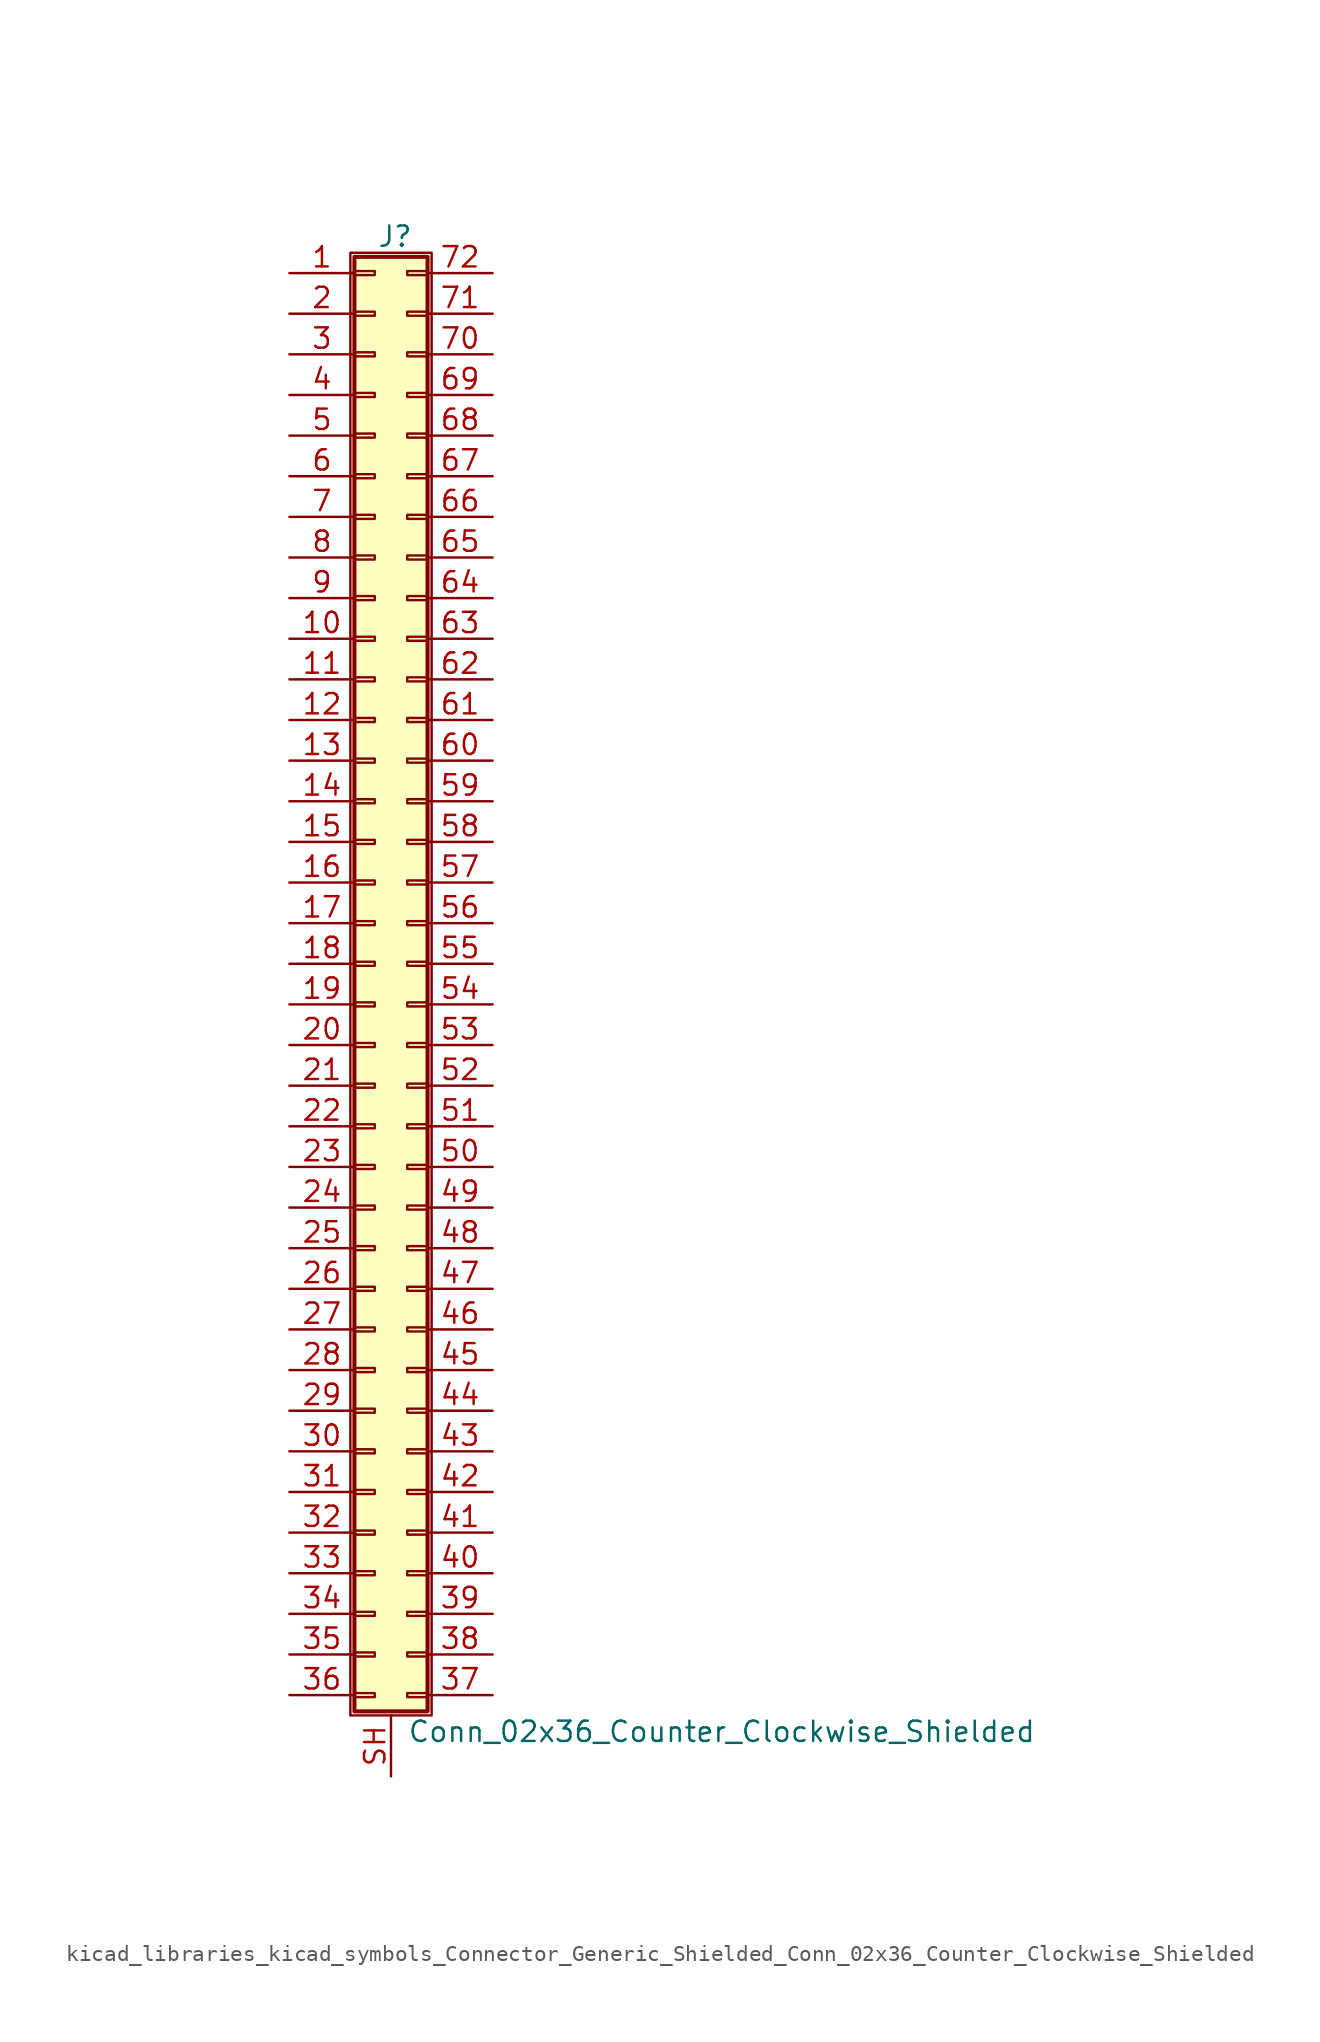
<source format=kicad_sym>
(kicad_symbol_lib
  (version 20220914)
  (generator kicad_symbol_editor)
  (symbol "kicad_libraries_kicad_symbols_Connector_Generic_Shielded_Conn_02x36_Counter_Clockwise_Shielded"
    (pin_names
      (offset 1.016) hide)
    (property "Reference" "J"
      (at 1.524 45.466 0)
      (effects (font (size 1.27 1.27))))
    (property "Value" "Conn_02x36_Counter_Clockwise_Shielded"
      (at 2.286 -48.006 0)
      (effects (font (size 1.27 1.27)) (justify left)))
    (symbol "kicad_libraries_kicad_symbols_Connector_Generic_Shielded_Conn_02x36_Counter_Clockwise_Shielded_1_1"
      (rectangle (start -1.27 44.45) (end 3.81 -46.99) (stroke (width 0.152) (type default)) (fill (type none)))
      (rectangle (start -1.016 -45.593) (end 0.254 -45.847) (stroke (width 0.152) (type default)) (fill (type none)))
      (rectangle (start -1.016 -43.053) (end 0.254 -43.307) (stroke (width 0.152) (type default)) (fill (type none)))
      (rectangle (start -1.016 -40.513) (end 0.254 -40.767) (stroke (width 0.152) (type default)) (fill (type none)))
      (rectangle (start -1.016 -37.973) (end 0.254 -38.227) (stroke (width 0.152) (type default)) (fill (type none)))
      (rectangle (start -1.016 -35.433) (end 0.254 -35.687) (stroke (width 0.152) (type default)) (fill (type none)))
      (rectangle (start -1.016 -32.893) (end 0.254 -33.147) (stroke (width 0.152) (type default)) (fill (type none)))
      (rectangle (start -1.016 -30.353) (end 0.254 -30.607) (stroke (width 0.152) (type default)) (fill (type none)))
      (rectangle (start -1.016 -27.813) (end 0.254 -28.067) (stroke (width 0.152) (type default)) (fill (type none)))
      (rectangle (start -1.016 -25.273) (end 0.254 -25.527) (stroke (width 0.152) (type default)) (fill (type none)))
      (rectangle (start -1.016 -22.733) (end 0.254 -22.987) (stroke (width 0.152) (type default)) (fill (type none)))
      (rectangle (start -1.016 -20.193) (end 0.254 -20.447) (stroke (width 0.152) (type default)) (fill (type none)))
      (rectangle (start -1.016 -17.653) (end 0.254 -17.907) (stroke (width 0.152) (type default)) (fill (type none)))
      (rectangle (start -1.016 -15.113) (end 0.254 -15.367) (stroke (width 0.152) (type default)) (fill (type none)))
      (rectangle (start -1.016 -12.573) (end 0.254 -12.827) (stroke (width 0.152) (type default)) (fill (type none)))
      (rectangle (start -1.016 -10.033) (end 0.254 -10.287) (stroke (width 0.152) (type default)) (fill (type none)))
      (rectangle (start -1.016 -7.493) (end 0.254 -7.747) (stroke (width 0.152) (type default)) (fill (type none)))
      (rectangle (start -1.016 -4.953) (end 0.254 -5.207) (stroke (width 0.152) (type default)) (fill (type none)))
      (rectangle (start -1.016 -2.413) (end 0.254 -2.667) (stroke (width 0.152) (type default)) (fill (type none)))
      (rectangle (start -1.016 0.127) (end 0.254 -0.127) (stroke (width 0.152) (type default)) (fill (type none)))
      (rectangle (start -1.016 2.667) (end 0.254 2.413) (stroke (width 0.152) (type default)) (fill (type none)))
      (rectangle (start -1.016 5.207) (end 0.254 4.953) (stroke (width 0.152) (type default)) (fill (type none)))
      (rectangle (start -1.016 7.747) (end 0.254 7.493) (stroke (width 0.152) (type default)) (fill (type none)))
      (rectangle (start -1.016 10.287) (end 0.254 10.033) (stroke (width 0.152) (type default)) (fill (type none)))
      (rectangle (start -1.016 12.827) (end 0.254 12.573) (stroke (width 0.152) (type default)) (fill (type none)))
      (rectangle (start -1.016 15.367) (end 0.254 15.113) (stroke (width 0.152) (type default)) (fill (type none)))
      (rectangle (start -1.016 17.907) (end 0.254 17.653) (stroke (width 0.152) (type default)) (fill (type none)))
      (rectangle (start -1.016 20.447) (end 0.254 20.193) (stroke (width 0.152) (type default)) (fill (type none)))
      (rectangle (start -1.016 22.987) (end 0.254 22.733) (stroke (width 0.152) (type default)) (fill (type none)))
      (rectangle (start -1.016 25.527) (end 0.254 25.273) (stroke (width 0.152) (type default)) (fill (type none)))
      (rectangle (start -1.016 28.067) (end 0.254 27.813) (stroke (width 0.152) (type default)) (fill (type none)))
      (rectangle (start -1.016 30.607) (end 0.254 30.353) (stroke (width 0.152) (type default)) (fill (type none)))
      (rectangle (start -1.016 33.147) (end 0.254 32.893) (stroke (width 0.152) (type default)) (fill (type none)))
      (rectangle (start -1.016 35.687) (end 0.254 35.433) (stroke (width 0.152) (type default)) (fill (type none)))
      (rectangle (start -1.016 38.227) (end 0.254 37.973) (stroke (width 0.152) (type default)) (fill (type none)))
      (rectangle (start -1.016 40.767) (end 0.254 40.513) (stroke (width 0.152) (type default)) (fill (type none)))
      (rectangle (start -1.016 43.307) (end 0.254 43.053) (stroke (width 0.152) (type default)) (fill (type none)))
      (rectangle (start -1.016 44.196) (end 3.556 -46.736) (stroke (width 0.254) (type default)) (fill (type background)))
      (rectangle (start 3.556 -45.593) (end 2.286 -45.847) (stroke (width 0.152) (type default)) (fill (type none)))
      (rectangle (start 3.556 -43.053) (end 2.286 -43.307) (stroke (width 0.152) (type default)) (fill (type none)))
      (rectangle (start 3.556 -40.513) (end 2.286 -40.767) (stroke (width 0.152) (type default)) (fill (type none)))
      (rectangle (start 3.556 -37.973) (end 2.286 -38.227) (stroke (width 0.152) (type default)) (fill (type none)))
      (rectangle (start 3.556 -35.433) (end 2.286 -35.687) (stroke (width 0.152) (type default)) (fill (type none)))
      (rectangle (start 3.556 -32.893) (end 2.286 -33.147) (stroke (width 0.152) (type default)) (fill (type none)))
      (rectangle (start 3.556 -30.353) (end 2.286 -30.607) (stroke (width 0.152) (type default)) (fill (type none)))
      (rectangle (start 3.556 -27.813) (end 2.286 -28.067) (stroke (width 0.152) (type default)) (fill (type none)))
      (rectangle (start 3.556 -25.273) (end 2.286 -25.527) (stroke (width 0.152) (type default)) (fill (type none)))
      (rectangle (start 3.556 -22.733) (end 2.286 -22.987) (stroke (width 0.152) (type default)) (fill (type none)))
      (rectangle (start 3.556 -20.193) (end 2.286 -20.447) (stroke (width 0.152) (type default)) (fill (type none)))
      (rectangle (start 3.556 -17.653) (end 2.286 -17.907) (stroke (width 0.152) (type default)) (fill (type none)))
      (rectangle (start 3.556 -15.113) (end 2.286 -15.367) (stroke (width 0.152) (type default)) (fill (type none)))
      (rectangle (start 3.556 -12.573) (end 2.286 -12.827) (stroke (width 0.152) (type default)) (fill (type none)))
      (rectangle (start 3.556 -10.033) (end 2.286 -10.287) (stroke (width 0.152) (type default)) (fill (type none)))
      (rectangle (start 3.556 -7.493) (end 2.286 -7.747) (stroke (width 0.152) (type default)) (fill (type none)))
      (rectangle (start 3.556 -4.953) (end 2.286 -5.207) (stroke (width 0.152) (type default)) (fill (type none)))
      (rectangle (start 3.556 -2.413) (end 2.286 -2.667) (stroke (width 0.152) (type default)) (fill (type none)))
      (rectangle (start 3.556 0.127) (end 2.286 -0.127) (stroke (width 0.152) (type default)) (fill (type none)))
      (rectangle (start 3.556 2.667) (end 2.286 2.413) (stroke (width 0.152) (type default)) (fill (type none)))
      (rectangle (start 3.556 5.207) (end 2.286 4.953) (stroke (width 0.152) (type default)) (fill (type none)))
      (rectangle (start 3.556 7.747) (end 2.286 7.493) (stroke (width 0.152) (type default)) (fill (type none)))
      (rectangle (start 3.556 10.287) (end 2.286 10.033) (stroke (width 0.152) (type default)) (fill (type none)))
      (rectangle (start 3.556 12.827) (end 2.286 12.573) (stroke (width 0.152) (type default)) (fill (type none)))
      (rectangle (start 3.556 15.367) (end 2.286 15.113) (stroke (width 0.152) (type default)) (fill (type none)))
      (rectangle (start 3.556 17.907) (end 2.286 17.653) (stroke (width 0.152) (type default)) (fill (type none)))
      (rectangle (start 3.556 20.447) (end 2.286 20.193) (stroke (width 0.152) (type default)) (fill (type none)))
      (rectangle (start 3.556 22.987) (end 2.286 22.733) (stroke (width 0.152) (type default)) (fill (type none)))
      (rectangle (start 3.556 25.527) (end 2.286 25.273) (stroke (width 0.152) (type default)) (fill (type none)))
      (rectangle (start 3.556 28.067) (end 2.286 27.813) (stroke (width 0.152) (type default)) (fill (type none)))
      (rectangle (start 3.556 30.607) (end 2.286 30.353) (stroke (width 0.152) (type default)) (fill (type none)))
      (rectangle (start 3.556 33.147) (end 2.286 32.893) (stroke (width 0.152) (type default)) (fill (type none)))
      (rectangle (start 3.556 35.687) (end 2.286 35.433) (stroke (width 0.152) (type default)) (fill (type none)))
      (rectangle (start 3.556 38.227) (end 2.286 37.973) (stroke (width 0.152) (type default)) (fill (type none)))
      (rectangle (start 3.556 40.767) (end 2.286 40.513) (stroke (width 0.152) (type default)) (fill (type none)))
      (rectangle (start 3.556 43.307) (end 2.286 43.053) (stroke (width 0.152) (type default)) (fill (type none)))
      (pin passive line (at -5.08 43.18 0) (length 4.064) (name "Pin_1" (effects (font (size 1.27 1.27)))) (number "1" (effects (font (size 1.27 1.27)))))
      (pin passive line (at -5.08 20.32 0) (length 4.064) (name "Pin_10" (effects (font (size 1.27 1.27)))) (number "10" (effects (font (size 1.27 1.27)))))
      (pin passive line (at -5.08 17.78 0) (length 4.064) (name "Pin_11" (effects (font (size 1.27 1.27)))) (number "11" (effects (font (size 1.27 1.27)))))
      (pin passive line (at -5.08 15.24 0) (length 4.064) (name "Pin_12" (effects (font (size 1.27 1.27)))) (number "12" (effects (font (size 1.27 1.27)))))
      (pin passive line (at -5.08 12.7 0) (length 4.064) (name "Pin_13" (effects (font (size 1.27 1.27)))) (number "13" (effects (font (size 1.27 1.27)))))
      (pin passive line (at -5.08 10.16 0) (length 4.064) (name "Pin_14" (effects (font (size 1.27 1.27)))) (number "14" (effects (font (size 1.27 1.27)))))
      (pin passive line (at -5.08 7.62 0) (length 4.064) (name "Pin_15" (effects (font (size 1.27 1.27)))) (number "15" (effects (font (size 1.27 1.27)))))
      (pin passive line (at -5.08 5.08 0) (length 4.064) (name "Pin_16" (effects (font (size 1.27 1.27)))) (number "16" (effects (font (size 1.27 1.27)))))
      (pin passive line (at -5.08 2.54 0) (length 4.064) (name "Pin_17" (effects (font (size 1.27 1.27)))) (number "17" (effects (font (size 1.27 1.27)))))
      (pin passive line (at -5.08 0 0) (length 4.064) (name "Pin_18" (effects (font (size 1.27 1.27)))) (number "18" (effects (font (size 1.27 1.27)))))
      (pin passive line (at -5.08 -2.54 0) (length 4.064) (name "Pin_19" (effects (font (size 1.27 1.27)))) (number "19" (effects (font (size 1.27 1.27)))))
      (pin passive line (at -5.08 40.64 0) (length 4.064) (name "Pin_2" (effects (font (size 1.27 1.27)))) (number "2" (effects (font (size 1.27 1.27)))))
      (pin passive line (at -5.08 -5.08 0) (length 4.064) (name "Pin_20" (effects (font (size 1.27 1.27)))) (number "20" (effects (font (size 1.27 1.27)))))
      (pin passive line (at -5.08 -7.62 0) (length 4.064) (name "Pin_21" (effects (font (size 1.27 1.27)))) (number "21" (effects (font (size 1.27 1.27)))))
      (pin passive line (at -5.08 -10.16 0) (length 4.064) (name "Pin_22" (effects (font (size 1.27 1.27)))) (number "22" (effects (font (size 1.27 1.27)))))
      (pin passive line (at -5.08 -12.7 0) (length 4.064) (name "Pin_23" (effects (font (size 1.27 1.27)))) (number "23" (effects (font (size 1.27 1.27)))))
      (pin passive line (at -5.08 -15.24 0) (length 4.064) (name "Pin_24" (effects (font (size 1.27 1.27)))) (number "24" (effects (font (size 1.27 1.27)))))
      (pin passive line (at -5.08 -17.78 0) (length 4.064) (name "Pin_25" (effects (font (size 1.27 1.27)))) (number "25" (effects (font (size 1.27 1.27)))))
      (pin passive line (at -5.08 -20.32 0) (length 4.064) (name "Pin_26" (effects (font (size 1.27 1.27)))) (number "26" (effects (font (size 1.27 1.27)))))
      (pin passive line (at -5.08 -22.86 0) (length 4.064) (name "Pin_27" (effects (font (size 1.27 1.27)))) (number "27" (effects (font (size 1.27 1.27)))))
      (pin passive line (at -5.08 -25.4 0) (length 4.064) (name "Pin_28" (effects (font (size 1.27 1.27)))) (number "28" (effects (font (size 1.27 1.27)))))
      (pin passive line (at -5.08 -27.94 0) (length 4.064) (name "Pin_29" (effects (font (size 1.27 1.27)))) (number "29" (effects (font (size 1.27 1.27)))))
      (pin passive line (at -5.08 38.1 0) (length 4.064) (name "Pin_3" (effects (font (size 1.27 1.27)))) (number "3" (effects (font (size 1.27 1.27)))))
      (pin passive line (at -5.08 -30.48 0) (length 4.064) (name "Pin_30" (effects (font (size 1.27 1.27)))) (number "30" (effects (font (size 1.27 1.27)))))
      (pin passive line (at -5.08 -33.02 0) (length 4.064) (name "Pin_31" (effects (font (size 1.27 1.27)))) (number "31" (effects (font (size 1.27 1.27)))))
      (pin passive line (at -5.08 -35.56 0) (length 4.064) (name "Pin_32" (effects (font (size 1.27 1.27)))) (number "32" (effects (font (size 1.27 1.27)))))
      (pin passive line (at -5.08 -38.1 0) (length 4.064) (name "Pin_33" (effects (font (size 1.27 1.27)))) (number "33" (effects (font (size 1.27 1.27)))))
      (pin passive line (at -5.08 -40.64 0) (length 4.064) (name "Pin_34" (effects (font (size 1.27 1.27)))) (number "34" (effects (font (size 1.27 1.27)))))
      (pin passive line (at -5.08 -43.18 0) (length 4.064) (name "Pin_35" (effects (font (size 1.27 1.27)))) (number "35" (effects (font (size 1.27 1.27)))))
      (pin passive line (at -5.08 -45.72 0) (length 4.064) (name "Pin_36" (effects (font (size 1.27 1.27)))) (number "36" (effects (font (size 1.27 1.27)))))
      (pin passive line (at 7.62 -45.72 180) (length 4.064) (name "Pin_37" (effects (font (size 1.27 1.27)))) (number "37" (effects (font (size 1.27 1.27)))))
      (pin passive line (at 7.62 -43.18 180) (length 4.064) (name "Pin_38" (effects (font (size 1.27 1.27)))) (number "38" (effects (font (size 1.27 1.27)))))
      (pin passive line (at 7.62 -40.64 180) (length 4.064) (name "Pin_39" (effects (font (size 1.27 1.27)))) (number "39" (effects (font (size 1.27 1.27)))))
      (pin passive line (at -5.08 35.56 0) (length 4.064) (name "Pin_4" (effects (font (size 1.27 1.27)))) (number "4" (effects (font (size 1.27 1.27)))))
      (pin passive line (at 7.62 -38.1 180) (length 4.064) (name "Pin_40" (effects (font (size 1.27 1.27)))) (number "40" (effects (font (size 1.27 1.27)))))
      (pin passive line (at 7.62 -35.56 180) (length 4.064) (name "Pin_41" (effects (font (size 1.27 1.27)))) (number "41" (effects (font (size 1.27 1.27)))))
      (pin passive line (at 7.62 -33.02 180) (length 4.064) (name "Pin_42" (effects (font (size 1.27 1.27)))) (number "42" (effects (font (size 1.27 1.27)))))
      (pin passive line (at 7.62 -30.48 180) (length 4.064) (name "Pin_43" (effects (font (size 1.27 1.27)))) (number "43" (effects (font (size 1.27 1.27)))))
      (pin passive line (at 7.62 -27.94 180) (length 4.064) (name "Pin_44" (effects (font (size 1.27 1.27)))) (number "44" (effects (font (size 1.27 1.27)))))
      (pin passive line (at 7.62 -25.4 180) (length 4.064) (name "Pin_45" (effects (font (size 1.27 1.27)))) (number "45" (effects (font (size 1.27 1.27)))))
      (pin passive line (at 7.62 -22.86 180) (length 4.064) (name "Pin_46" (effects (font (size 1.27 1.27)))) (number "46" (effects (font (size 1.27 1.27)))))
      (pin passive line (at 7.62 -20.32 180) (length 4.064) (name "Pin_47" (effects (font (size 1.27 1.27)))) (number "47" (effects (font (size 1.27 1.27)))))
      (pin passive line (at 7.62 -17.78 180) (length 4.064) (name "Pin_48" (effects (font (size 1.27 1.27)))) (number "48" (effects (font (size 1.27 1.27)))))
      (pin passive line (at 7.62 -15.24 180) (length 4.064) (name "Pin_49" (effects (font (size 1.27 1.27)))) (number "49" (effects (font (size 1.27 1.27)))))
      (pin passive line (at -5.08 33.02 0) (length 4.064) (name "Pin_5" (effects (font (size 1.27 1.27)))) (number "5" (effects (font (size 1.27 1.27)))))
      (pin passive line (at 7.62 -12.7 180) (length 4.064) (name "Pin_50" (effects (font (size 1.27 1.27)))) (number "50" (effects (font (size 1.27 1.27)))))
      (pin passive line (at 7.62 -10.16 180) (length 4.064) (name "Pin_51" (effects (font (size 1.27 1.27)))) (number "51" (effects (font (size 1.27 1.27)))))
      (pin passive line (at 7.62 -7.62 180) (length 4.064) (name "Pin_52" (effects (font (size 1.27 1.27)))) (number "52" (effects (font (size 1.27 1.27)))))
      (pin passive line (at 7.62 -5.08 180) (length 4.064) (name "Pin_53" (effects (font (size 1.27 1.27)))) (number "53" (effects (font (size 1.27 1.27)))))
      (pin passive line (at 7.62 -2.54 180) (length 4.064) (name "Pin_54" (effects (font (size 1.27 1.27)))) (number "54" (effects (font (size 1.27 1.27)))))
      (pin passive line (at 7.62 0 180) (length 4.064) (name "Pin_55" (effects (font (size 1.27 1.27)))) (number "55" (effects (font (size 1.27 1.27)))))
      (pin passive line (at 7.62 2.54 180) (length 4.064) (name "Pin_56" (effects (font (size 1.27 1.27)))) (number "56" (effects (font (size 1.27 1.27)))))
      (pin passive line (at 7.62 5.08 180) (length 4.064) (name "Pin_57" (effects (font (size 1.27 1.27)))) (number "57" (effects (font (size 1.27 1.27)))))
      (pin passive line (at 7.62 7.62 180) (length 4.064) (name "Pin_58" (effects (font (size 1.27 1.27)))) (number "58" (effects (font (size 1.27 1.27)))))
      (pin passive line (at 7.62 10.16 180) (length 4.064) (name "Pin_59" (effects (font (size 1.27 1.27)))) (number "59" (effects (font (size 1.27 1.27)))))
      (pin passive line (at -5.08 30.48 0) (length 4.064) (name "Pin_6" (effects (font (size 1.27 1.27)))) (number "6" (effects (font (size 1.27 1.27)))))
      (pin passive line (at 7.62 12.7 180) (length 4.064) (name "Pin_60" (effects (font (size 1.27 1.27)))) (number "60" (effects (font (size 1.27 1.27)))))
      (pin passive line (at 7.62 15.24 180) (length 4.064) (name "Pin_61" (effects (font (size 1.27 1.27)))) (number "61" (effects (font (size 1.27 1.27)))))
      (pin passive line (at 7.62 17.78 180) (length 4.064) (name "Pin_62" (effects (font (size 1.27 1.27)))) (number "62" (effects (font (size 1.27 1.27)))))
      (pin passive line (at 7.62 20.32 180) (length 4.064) (name "Pin_63" (effects (font (size 1.27 1.27)))) (number "63" (effects (font (size 1.27 1.27)))))
      (pin passive line (at 7.62 22.86 180) (length 4.064) (name "Pin_64" (effects (font (size 1.27 1.27)))) (number "64" (effects (font (size 1.27 1.27)))))
      (pin passive line (at 7.62 25.4 180) (length 4.064) (name "Pin_65" (effects (font (size 1.27 1.27)))) (number "65" (effects (font (size 1.27 1.27)))))
      (pin passive line (at 7.62 27.94 180) (length 4.064) (name "Pin_66" (effects (font (size 1.27 1.27)))) (number "66" (effects (font (size 1.27 1.27)))))
      (pin passive line (at 7.62 30.48 180) (length 4.064) (name "Pin_67" (effects (font (size 1.27 1.27)))) (number "67" (effects (font (size 1.27 1.27)))))
      (pin passive line (at 7.62 33.02 180) (length 4.064) (name "Pin_68" (effects (font (size 1.27 1.27)))) (number "68" (effects (font (size 1.27 1.27)))))
      (pin passive line (at 7.62 35.56 180) (length 4.064) (name "Pin_69" (effects (font (size 1.27 1.27)))) (number "69" (effects (font (size 1.27 1.27)))))
      (pin passive line (at -5.08 27.94 0) (length 4.064) (name "Pin_7" (effects (font (size 1.27 1.27)))) (number "7" (effects (font (size 1.27 1.27)))))
      (pin passive line (at 7.62 38.1 180) (length 4.064) (name "Pin_70" (effects (font (size 1.27 1.27)))) (number "70" (effects (font (size 1.27 1.27)))))
      (pin passive line (at 7.62 40.64 180) (length 4.064) (name "Pin_71" (effects (font (size 1.27 1.27)))) (number "71" (effects (font (size 1.27 1.27)))))
      (pin passive line (at 7.62 43.18 180) (length 4.064) (name "Pin_72" (effects (font (size 1.27 1.27)))) (number "72" (effects (font (size 1.27 1.27)))))
      (pin passive line (at -5.08 25.4 0) (length 4.064) (name "Pin_8" (effects (font (size 1.27 1.27)))) (number "8" (effects (font (size 1.27 1.27)))))
      (pin passive line (at -5.08 22.86 0) (length 4.064) (name "Pin_9" (effects (font (size 1.27 1.27)))) (number "9" (effects (font (size 1.27 1.27)))))
      (pin passive line (at 1.27 -50.8 90) (length 3.81) (name "Shield" (effects (font (size 1.27 1.27)))) (number "SH" (effects (font (size 1.27 1.27))))))))
</source>
